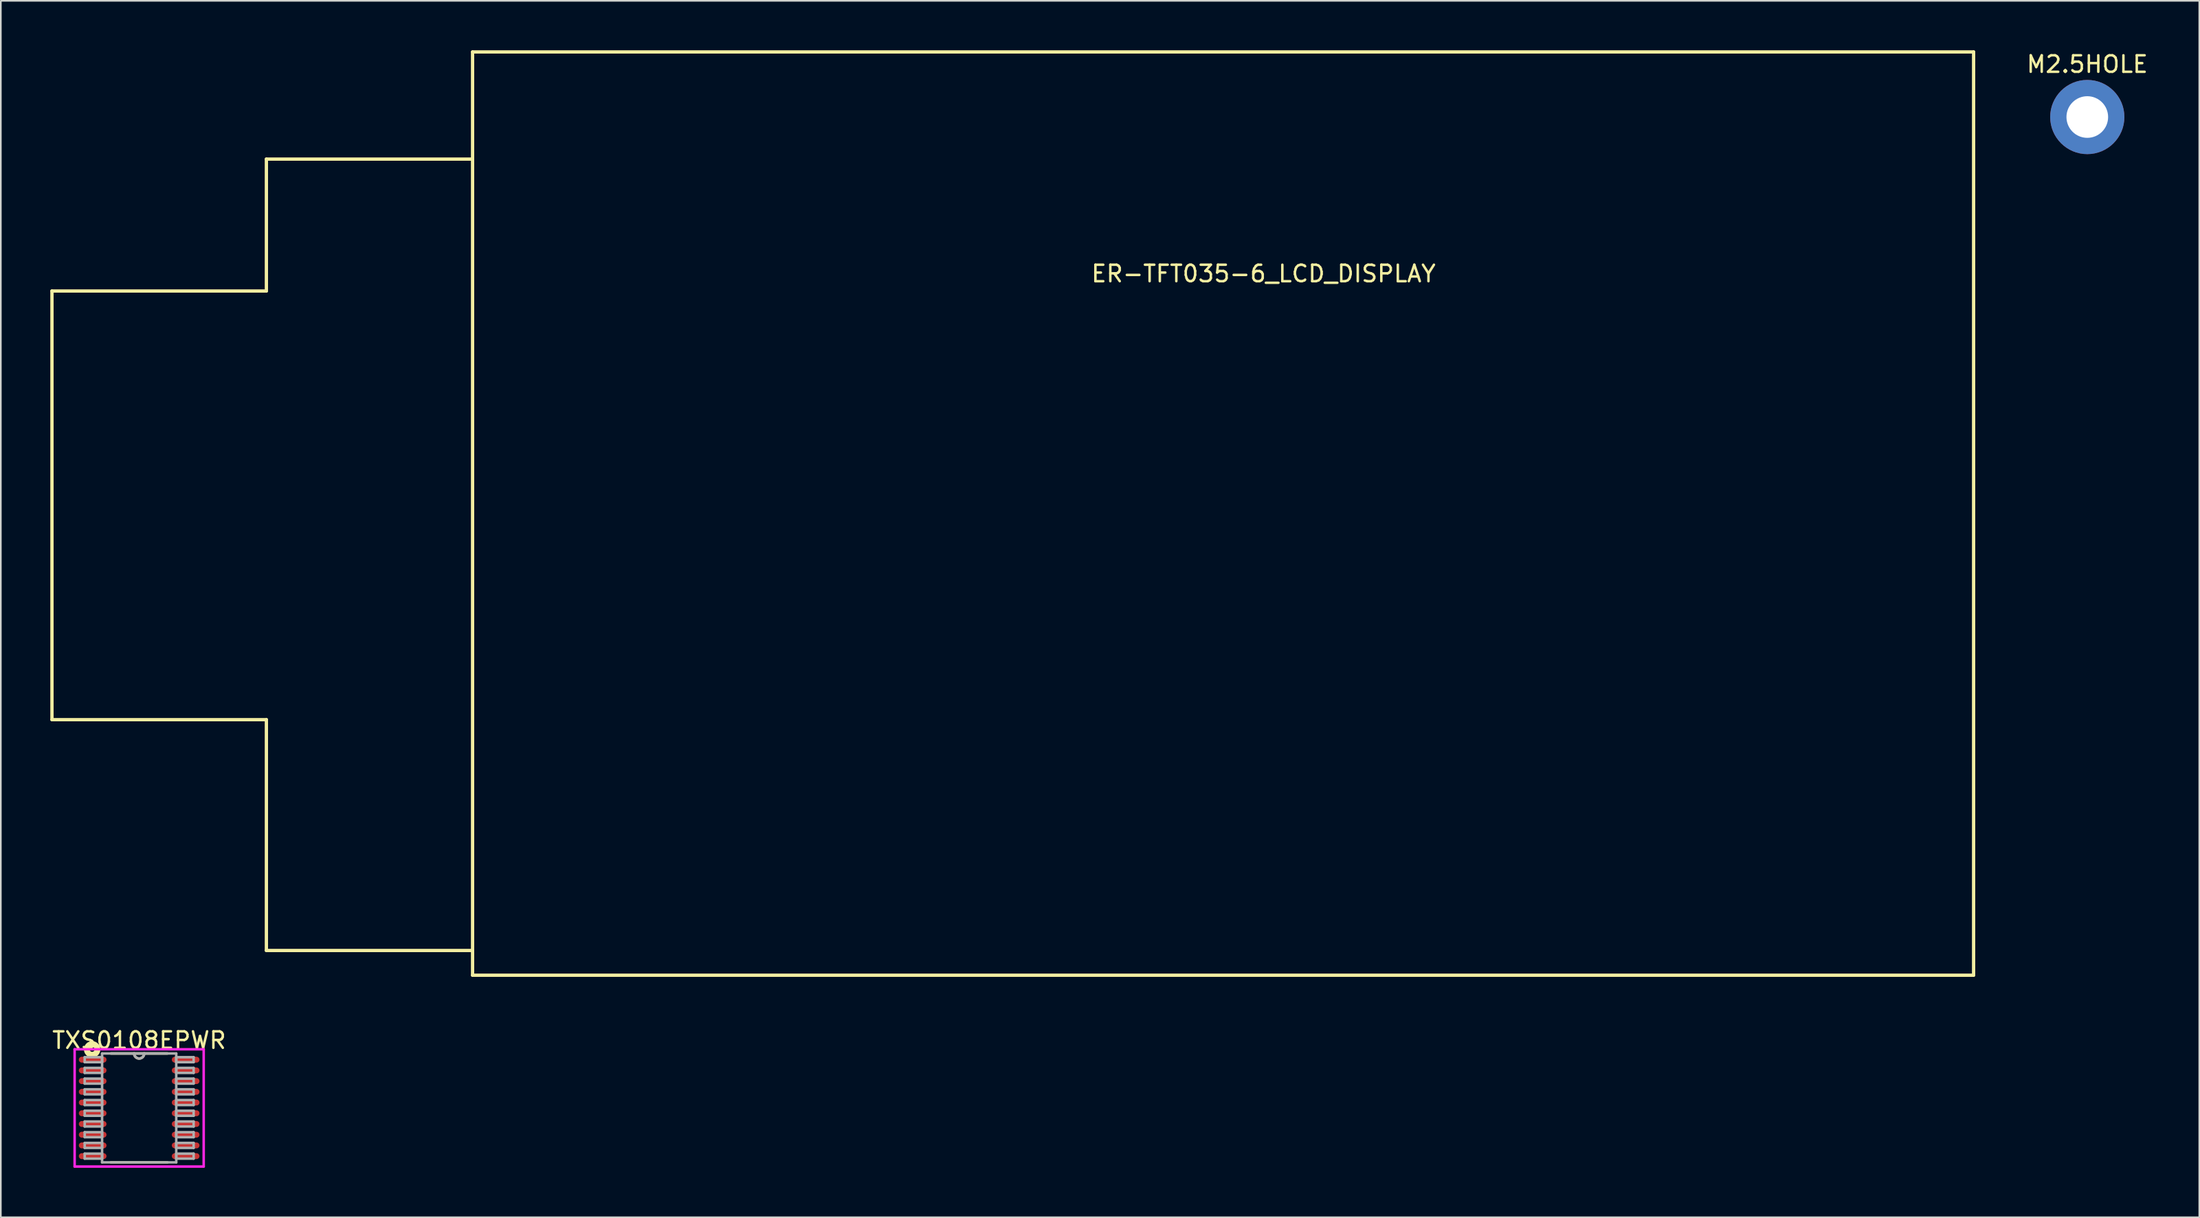
<source format=kicad_pcb>
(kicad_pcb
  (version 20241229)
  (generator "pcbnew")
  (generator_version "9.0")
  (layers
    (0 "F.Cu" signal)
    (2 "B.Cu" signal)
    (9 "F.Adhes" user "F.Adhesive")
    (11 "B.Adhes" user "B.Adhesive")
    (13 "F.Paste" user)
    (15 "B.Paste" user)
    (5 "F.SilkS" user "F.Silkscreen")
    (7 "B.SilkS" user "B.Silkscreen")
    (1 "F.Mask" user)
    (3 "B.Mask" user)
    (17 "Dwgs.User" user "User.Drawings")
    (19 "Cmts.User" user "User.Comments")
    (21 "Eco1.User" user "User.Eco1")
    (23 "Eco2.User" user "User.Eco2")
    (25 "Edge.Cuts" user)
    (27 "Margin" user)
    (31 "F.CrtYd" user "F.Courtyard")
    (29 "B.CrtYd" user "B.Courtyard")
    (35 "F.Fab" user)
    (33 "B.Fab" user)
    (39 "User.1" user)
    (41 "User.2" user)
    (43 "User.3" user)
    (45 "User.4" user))
  (footprint "ER-TFT035-6_LCD_DISPLAY"
    (layer "F.Cu")
    (at 73.6 28.1)
    (property "Reference" "ER-TFT035-6_LCD_DISPLAY" (at -0.05 -14.55 0) (layer "F.SilkS") (effects (font (size 1 1) (thickness 0.15))))
    (attr through_hole)
    (fp_line (start -73.5 12.5) (end -73.5 -13.5) (stroke (width 0.2) (type solid)) (layer "F.SilkS"))
    (fp_line (start -60.5 -21.5) (end -60.5 -13.5) (stroke (width 0.2) (type solid)) (layer "F.SilkS"))
    (fp_line (start -60.5 -13.5) (end -73.5 -13.5) (stroke (width 0.2) (type solid)) (layer "F.SilkS"))
    (fp_line (start -60.5 12.5) (end -73.5 12.5) (stroke (width 0.2) (type solid)) (layer "F.SilkS"))
    (fp_line (start -60.5 12.5) (end -60.5 26.5) (stroke (width 0.2) (type solid)) (layer "F.SilkS"))
    (fp_line (start -48 -28) (end -48 28) (stroke (width 0.2) (type solid)) (layer "F.SilkS"))
    (fp_line (start -48 -28) (end 43 -28) (stroke (width 0.2) (type solid)) (layer "F.SilkS"))
    (fp_line (start -48 -21.5) (end -60.5 -21.5) (stroke (width 0.2) (type solid)) (layer "F.SilkS"))
    (fp_line (start -48 26.5) (end -60.5 26.5) (stroke (width 0.2) (type solid)) (layer "F.SilkS"))
    (fp_line (start -48 28) (end 43 28) (stroke (width 0.2) (type solid)) (layer "F.SilkS"))
    (fp_line (start 43 -28) (end 43 28) (stroke (width 0.2) (type solid)) (layer "F.SilkS")))
  (footprint "TXS0108EPWR"
    (layer "F.Cu")
    (at 5.387 64.148)
    (property "Reference" "TXS0108EPWR" (at 0 -4.1 0) (layer "F.SilkS") (effects (font (size 1 1) (thickness 0.15))))
    (attr through_hole)
    (fp_line (start -1.715 3.302) (end 1.715 3.302) (stroke (width 0.152) (type solid)) (layer "F.SilkS"))
    (fp_line (start 1.715 -3.302) (end -1.715 -3.302) (stroke (width 0.152) (type solid)) (layer "F.SilkS"))
    (fp_arc (start 0.3048 -3.302) (mid 0 -2.9972) (end -0.3048 -3.302) (stroke (width 0.1524) (type solid)) (layer "F.SilkS"))
    (fp_circle (center -2.85 -3.55) (end -2.7 -3.55) (stroke (width 0.35) (type solid)) (fill no) (layer "F.SilkS"))
    (fp_line (start -3.912 -3.556) (end 3.912 -3.556) (stroke (width 0.152) (type solid)) (layer "F.CrtYd"))
    (fp_line (start -3.912 3.556) (end -3.912 -3.556) (stroke (width 0.152) (type solid)) (layer "F.CrtYd"))
    (fp_line (start 3.912 -3.556) (end 3.912 3.556) (stroke (width 0.152) (type solid)) (layer "F.CrtYd"))
    (fp_line (start 3.912 3.556) (end -3.912 3.556) (stroke (width 0.152) (type solid)) (layer "F.CrtYd"))
    (fp_line (start -3.302 -3.077) (end -3.302 -2.773) (stroke (width 0.152) (type solid)) (layer "F.Fab"))
    (fp_line (start -3.302 -2.773) (end -2.248 -2.773) (stroke (width 0.152) (type solid)) (layer "F.Fab"))
    (fp_line (start -3.302 -2.427) (end -3.302 -2.123) (stroke (width 0.152) (type solid)) (layer "F.Fab"))
    (fp_line (start -3.302 -2.123) (end -2.248 -2.123) (stroke (width 0.152) (type solid)) (layer "F.Fab"))
    (fp_line (start -3.302 -1.777) (end -3.302 -1.473) (stroke (width 0.152) (type solid)) (layer "F.Fab"))
    (fp_line (start -3.302 -1.473) (end -2.248 -1.473) (stroke (width 0.152) (type solid)) (layer "F.Fab"))
    (fp_line (start -3.302 -1.127) (end -3.302 -0.823) (stroke (width 0.152) (type solid)) (layer "F.Fab"))
    (fp_line (start -3.302 -0.823) (end -2.248 -0.823) (stroke (width 0.152) (type solid)) (layer "F.Fab"))
    (fp_line (start -3.302 -0.477) (end -3.302 -0.173) (stroke (width 0.152) (type solid)) (layer "F.Fab"))
    (fp_line (start -3.302 -0.173) (end -2.248 -0.173) (stroke (width 0.152) (type solid)) (layer "F.Fab"))
    (fp_line (start -3.302 0.173) (end -3.302 0.477) (stroke (width 0.152) (type solid)) (layer "F.Fab"))
    (fp_line (start -3.302 0.477) (end -2.248 0.477) (stroke (width 0.152) (type solid)) (layer "F.Fab"))
    (fp_line (start -3.302 0.823) (end -3.302 1.127) (stroke (width 0.152) (type solid)) (layer "F.Fab"))
    (fp_line (start -3.302 1.127) (end -2.248 1.127) (stroke (width 0.152) (type solid)) (layer "F.Fab"))
    (fp_line (start -3.302 1.473) (end -3.302 1.777) (stroke (width 0.152) (type solid)) (layer "F.Fab"))
    (fp_line (start -3.302 1.777) (end -2.248 1.777) (stroke (width 0.152) (type solid)) (layer "F.Fab"))
    (fp_line (start -3.302 2.123) (end -3.302 2.427) (stroke (width 0.152) (type solid)) (layer "F.Fab"))
    (fp_line (start -3.302 2.427) (end -2.248 2.427) (stroke (width 0.152) (type solid)) (layer "F.Fab"))
    (fp_line (start -3.302 2.773) (end -3.302 3.077) (stroke (width 0.152) (type solid)) (layer "F.Fab"))
    (fp_line (start -3.302 3.077) (end -2.248 3.077) (stroke (width 0.152) (type solid)) (layer "F.Fab"))
    (fp_line (start -2.248 -3.302) (end -2.248 3.302) (stroke (width 0.152) (type solid)) (layer "F.Fab"))
    (fp_line (start -2.248 -3.077) (end -3.302 -3.077) (stroke (width 0.152) (type solid)) (layer "F.Fab"))
    (fp_line (start -2.248 -2.773) (end -2.248 -3.077) (stroke (width 0.152) (type solid)) (layer "F.Fab"))
    (fp_line (start -2.248 -2.427) (end -3.302 -2.427) (stroke (width 0.152) (type solid)) (layer "F.Fab"))
    (fp_line (start -2.248 -2.123) (end -2.248 -2.427) (stroke (width 0.152) (type solid)) (layer "F.Fab"))
    (fp_line (start -2.248 -1.777) (end -3.302 -1.777) (stroke (width 0.152) (type solid)) (layer "F.Fab"))
    (fp_line (start -2.248 -1.473) (end -2.248 -1.777) (stroke (width 0.152) (type solid)) (layer "F.Fab"))
    (fp_line (start -2.248 -1.127) (end -3.302 -1.127) (stroke (width 0.152) (type solid)) (layer "F.Fab"))
    (fp_line (start -2.248 -0.823) (end -2.248 -1.127) (stroke (width 0.152) (type solid)) (layer "F.Fab"))
    (fp_line (start -2.248 -0.477) (end -3.302 -0.477) (stroke (width 0.152) (type solid)) (layer "F.Fab"))
    (fp_line (start -2.248 -0.173) (end -2.248 -0.477) (stroke (width 0.152) (type solid)) (layer "F.Fab"))
    (fp_line (start -2.248 0.173) (end -3.302 0.173) (stroke (width 0.152) (type solid)) (layer "F.Fab"))
    (fp_line (start -2.248 0.477) (end -2.248 0.173) (stroke (width 0.152) (type solid)) (layer "F.Fab"))
    (fp_line (start -2.248 0.823) (end -3.302 0.823) (stroke (width 0.152) (type solid)) (layer "F.Fab"))
    (fp_line (start -2.248 1.127) (end -2.248 0.823) (stroke (width 0.152) (type solid)) (layer "F.Fab"))
    (fp_line (start -2.248 1.473) (end -3.302 1.473) (stroke (width 0.152) (type solid)) (layer "F.Fab"))
    (fp_line (start -2.248 1.777) (end -2.248 1.473) (stroke (width 0.152) (type solid)) (layer "F.Fab"))
    (fp_line (start -2.248 2.123) (end -3.302 2.123) (stroke (width 0.152) (type solid)) (layer "F.Fab"))
    (fp_line (start -2.248 2.427) (end -2.248 2.123) (stroke (width 0.152) (type solid)) (layer "F.Fab"))
    (fp_line (start -2.248 2.773) (end -3.302 2.773) (stroke (width 0.152) (type solid)) (layer "F.Fab"))
    (fp_line (start -2.248 3.077) (end -2.248 2.773) (stroke (width 0.152) (type solid)) (layer "F.Fab"))
    (fp_line (start -2.248 3.302) (end 2.248 3.302) (stroke (width 0.152) (type solid)) (layer "F.Fab"))
    (fp_line (start 2.248 -3.302) (end -2.248 -3.302) (stroke (width 0.152) (type solid)) (layer "F.Fab"))
    (fp_line (start 2.248 -3.077) (end 2.248 -2.773) (stroke (width 0.152) (type solid)) (layer "F.Fab"))
    (fp_line (start 2.248 -2.773) (end 3.302 -2.773) (stroke (width 0.152) (type solid)) (layer "F.Fab"))
    (fp_line (start 2.248 -2.427) (end 2.248 -2.123) (stroke (width 0.152) (type solid)) (layer "F.Fab"))
    (fp_line (start 2.248 -2.123) (end 3.302 -2.123) (stroke (width 0.152) (type solid)) (layer "F.Fab"))
    (fp_line (start 2.248 -1.777) (end 2.248 -1.473) (stroke (width 0.152) (type solid)) (layer "F.Fab"))
    (fp_line (start 2.248 -1.473) (end 3.302 -1.473) (stroke (width 0.152) (type solid)) (layer "F.Fab"))
    (fp_line (start 2.248 -1.127) (end 2.248 -0.823) (stroke (width 0.152) (type solid)) (layer "F.Fab"))
    (fp_line (start 2.248 -0.823) (end 3.302 -0.823) (stroke (width 0.152) (type solid)) (layer "F.Fab"))
    (fp_line (start 2.248 -0.477) (end 2.248 -0.173) (stroke (width 0.152) (type solid)) (layer "F.Fab"))
    (fp_line (start 2.248 -0.173) (end 3.302 -0.173) (stroke (width 0.152) (type solid)) (layer "F.Fab"))
    (fp_line (start 2.248 0.173) (end 2.248 0.477) (stroke (width 0.152) (type solid)) (layer "F.Fab"))
    (fp_line (start 2.248 0.477) (end 3.302 0.477) (stroke (width 0.152) (type solid)) (layer "F.Fab"))
    (fp_line (start 2.248 0.823) (end 2.248 1.127) (stroke (width 0.152) (type solid)) (layer "F.Fab"))
    (fp_line (start 2.248 1.127) (end 3.302 1.127) (stroke (width 0.152) (type solid)) (layer "F.Fab"))
    (fp_line (start 2.248 1.473) (end 2.248 1.777) (stroke (width 0.152) (type solid)) (layer "F.Fab"))
    (fp_line (start 2.248 1.777) (end 3.302 1.777) (stroke (width 0.152) (type solid)) (layer "F.Fab"))
    (fp_line (start 2.248 2.123) (end 2.248 2.427) (stroke (width 0.152) (type solid)) (layer "F.Fab"))
    (fp_line (start 2.248 2.427) (end 3.302 2.427) (stroke (width 0.152) (type solid)) (layer "F.Fab"))
    (fp_line (start 2.248 2.773) (end 2.248 3.077) (stroke (width 0.152) (type solid)) (layer "F.Fab"))
    (fp_line (start 2.248 3.077) (end 3.302 3.077) (stroke (width 0.152) (type solid)) (layer "F.Fab"))
    (fp_line (start 2.248 3.302) (end 2.248 -3.302) (stroke (width 0.152) (type solid)) (layer "F.Fab"))
    (fp_line (start 3.302 -3.077) (end 2.248 -3.077) (stroke (width 0.152) (type solid)) (layer "F.Fab"))
    (fp_line (start 3.302 -2.773) (end 3.302 -3.077) (stroke (width 0.152) (type solid)) (layer "F.Fab"))
    (fp_line (start 3.302 -2.427) (end 2.248 -2.427) (stroke (width 0.152) (type solid)) (layer "F.Fab"))
    (fp_line (start 3.302 -2.123) (end 3.302 -2.427) (stroke (width 0.152) (type solid)) (layer "F.Fab"))
    (fp_line (start 3.302 -1.777) (end 2.248 -1.777) (stroke (width 0.152) (type solid)) (layer "F.Fab"))
    (fp_line (start 3.302 -1.473) (end 3.302 -1.777) (stroke (width 0.152) (type solid)) (layer "F.Fab"))
    (fp_line (start 3.302 -1.127) (end 2.248 -1.127) (stroke (width 0.152) (type solid)) (layer "F.Fab"))
    (fp_line (start 3.302 -0.823) (end 3.302 -1.127) (stroke (width 0.152) (type solid)) (layer "F.Fab"))
    (fp_line (start 3.302 -0.477) (end 2.248 -0.477) (stroke (width 0.152) (type solid)) (layer "F.Fab"))
    (fp_line (start 3.302 -0.173) (end 3.302 -0.477) (stroke (width 0.152) (type solid)) (layer "F.Fab"))
    (fp_line (start 3.302 0.173) (end 2.248 0.173) (stroke (width 0.152) (type solid)) (layer "F.Fab"))
    (fp_line (start 3.302 0.477) (end 3.302 0.173) (stroke (width 0.152) (type solid)) (layer "F.Fab"))
    (fp_line (start 3.302 0.823) (end 2.248 0.823) (stroke (width 0.152) (type solid)) (layer "F.Fab"))
    (fp_line (start 3.302 1.127) (end 3.302 0.823) (stroke (width 0.152) (type solid)) (layer "F.Fab"))
    (fp_line (start 3.302 1.473) (end 2.248 1.473) (stroke (width 0.152) (type solid)) (layer "F.Fab"))
    (fp_line (start 3.302 1.777) (end 3.302 1.473) (stroke (width 0.152) (type solid)) (layer "F.Fab"))
    (fp_line (start 3.302 2.123) (end 2.248 2.123) (stroke (width 0.152) (type solid)) (layer "F.Fab"))
    (fp_line (start 3.302 2.427) (end 3.302 2.123) (stroke (width 0.152) (type solid)) (layer "F.Fab"))
    (fp_line (start 3.302 2.773) (end 2.248 2.773) (stroke (width 0.152) (type solid)) (layer "F.Fab"))
    (fp_line (start 3.302 3.077) (end 3.302 2.773) (stroke (width 0.152) (type solid)) (layer "F.Fab"))
    (fp_arc (start 0.3048 -3.302) (mid 0 -2.9972) (end -0.3048 -3.302) (stroke (width 0.1524) (type solid)) (layer "F.Fab"))
    (fp_text user "Copyright 2016 Accelerated Designs. All rights reserved." (at 0 0 0) (layer "Cmts.User") (effects (font (size 0.127 0.127) (thickness 0.002))))
    (pad "1" smd oval (at -2.819 -2.925) (size 1.676 0.356) (layers "F.Cu" "F.Mask" "F.Paste"))
    (pad "2" smd oval (at -2.819 -2.275) (size 1.676 0.356) (layers "F.Cu" "F.Mask" "F.Paste"))
    (pad "3" smd oval (at -2.819 -1.625) (size 1.676 0.356) (layers "F.Cu" "F.Mask" "F.Paste"))
    (pad "4" smd oval (at -2.819 -0.975) (size 1.676 0.356) (layers "F.Cu" "F.Mask" "F.Paste"))
    (pad "5" smd oval (at -2.819 -0.325) (size 1.676 0.356) (layers "F.Cu" "F.Mask" "F.Paste"))
    (pad "6" smd oval (at -2.819 0.325) (size 1.676 0.356) (layers "F.Cu" "F.Mask" "F.Paste"))
    (pad "7" smd oval (at -2.819 0.975) (size 1.676 0.356) (layers "F.Cu" "F.Mask" "F.Paste"))
    (pad "8" smd oval (at -2.819 1.625) (size 1.676 0.356) (layers "F.Cu" "F.Mask" "F.Paste"))
    (pad "9" smd oval (at -2.819 2.275) (size 1.676 0.356) (layers "F.Cu" "F.Mask" "F.Paste"))
    (pad "10" smd oval (at -2.819 2.925) (size 1.676 0.356) (layers "F.Cu" "F.Mask" "F.Paste"))
    (pad "11" smd oval (at 2.819 2.925) (size 1.676 0.356) (layers "F.Cu" "F.Mask" "F.Paste"))
    (pad "12" smd oval (at 2.819 2.275) (size 1.676 0.356) (layers "F.Cu" "F.Mask" "F.Paste"))
    (pad "13" smd oval (at 2.819 1.625) (size 1.676 0.356) (layers "F.Cu" "F.Mask" "F.Paste"))
    (pad "14" smd oval (at 2.819 0.975) (size 1.676 0.356) (layers "F.Cu" "F.Mask" "F.Paste"))
    (pad "15" smd oval (at 2.819 0.325) (size 1.676 0.356) (layers "F.Cu" "F.Mask" "F.Paste"))
    (pad "16" smd oval (at 2.819 -0.325) (size 1.676 0.356) (layers "F.Cu" "F.Mask" "F.Paste"))
    (pad "17" smd oval (at 2.819 -0.975) (size 1.676 0.356) (layers "F.Cu" "F.Mask" "F.Paste"))
    (pad "18" smd oval (at 2.819 -1.625) (size 1.676 0.356) (layers "F.Cu" "F.Mask" "F.Paste"))
    (pad "19" smd oval (at 2.819 -2.275) (size 1.676 0.356) (layers "F.Cu" "F.Mask" "F.Paste"))
    (pad "20" smd oval (at 2.819 -2.925) (size 1.676 0.356) (layers "F.Cu" "F.Mask" "F.Paste")))
  (footprint "M2.5HOLE"
    (layer "F.Cu")
    (at 123.492 4.048)
    (property "Reference" "M2.5HOLE" (at 0 -3.2 0) (layer "F.SilkS") (effects (font (size 1 1) (thickness 0.15))))
    (attr through_hole)
    (pad "1" thru_hole circle (at 0 0) (size 4.5 4.5) (drill 2.525) (layers "*.Cu" "*.Mask")))
  (gr_rect
    (start -3 -3)
    (end 130.283 70.78)
    (stroke (width 0.1) (type default))
    (fill no)
    (layer "Edge.Cuts")))
</source>
